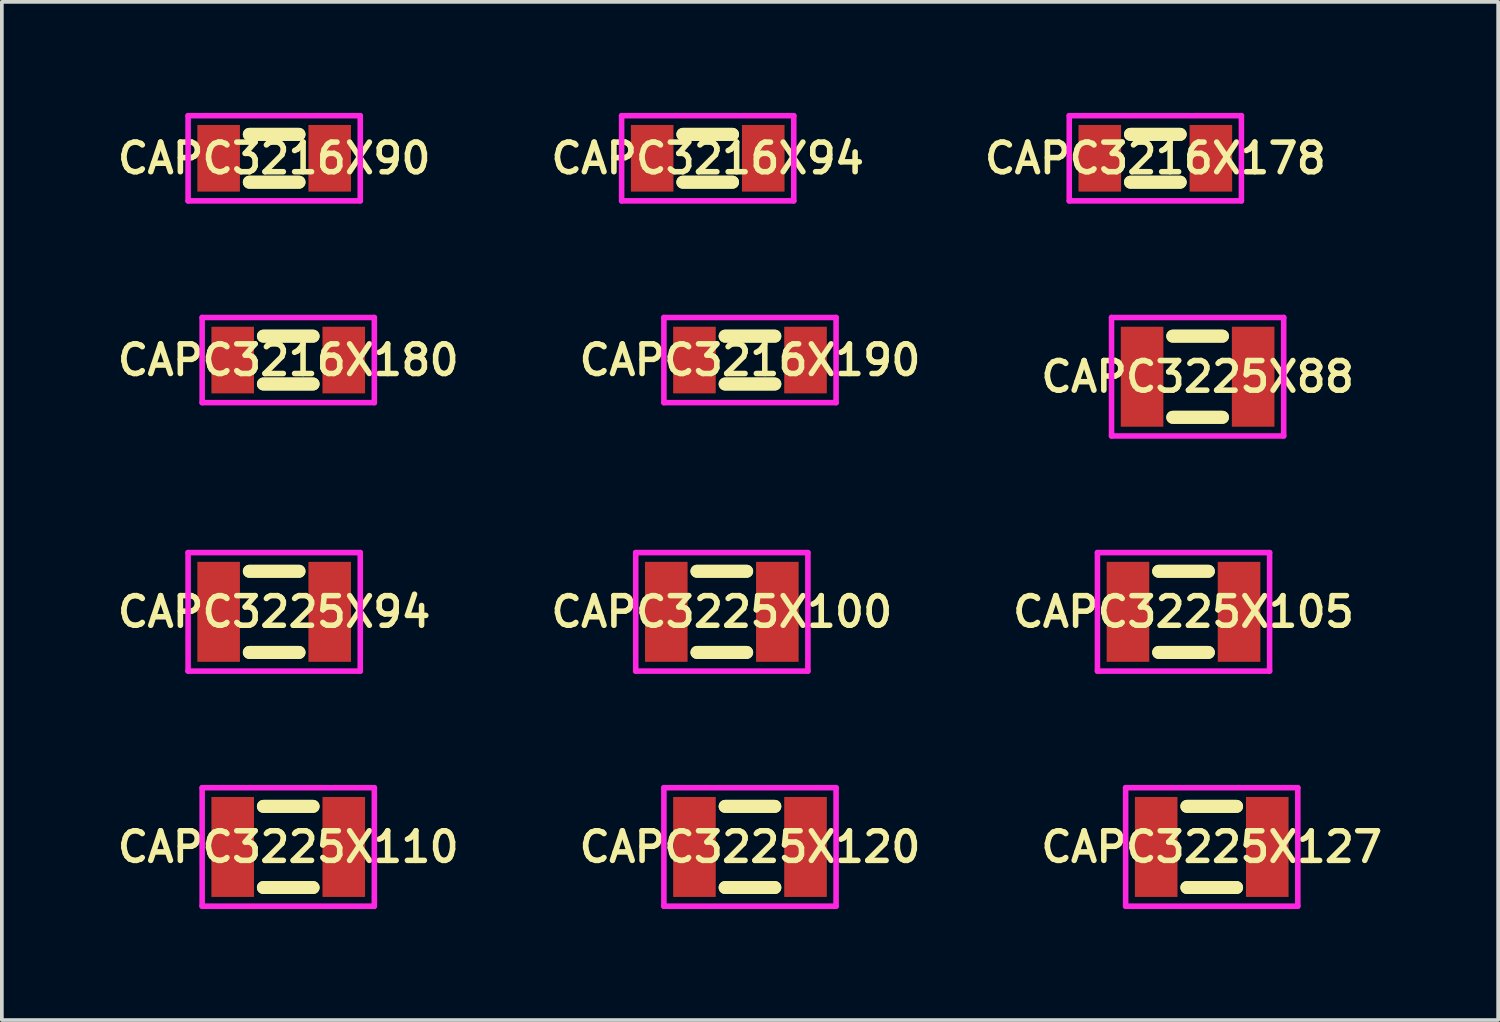
<source format=kicad_pcb>
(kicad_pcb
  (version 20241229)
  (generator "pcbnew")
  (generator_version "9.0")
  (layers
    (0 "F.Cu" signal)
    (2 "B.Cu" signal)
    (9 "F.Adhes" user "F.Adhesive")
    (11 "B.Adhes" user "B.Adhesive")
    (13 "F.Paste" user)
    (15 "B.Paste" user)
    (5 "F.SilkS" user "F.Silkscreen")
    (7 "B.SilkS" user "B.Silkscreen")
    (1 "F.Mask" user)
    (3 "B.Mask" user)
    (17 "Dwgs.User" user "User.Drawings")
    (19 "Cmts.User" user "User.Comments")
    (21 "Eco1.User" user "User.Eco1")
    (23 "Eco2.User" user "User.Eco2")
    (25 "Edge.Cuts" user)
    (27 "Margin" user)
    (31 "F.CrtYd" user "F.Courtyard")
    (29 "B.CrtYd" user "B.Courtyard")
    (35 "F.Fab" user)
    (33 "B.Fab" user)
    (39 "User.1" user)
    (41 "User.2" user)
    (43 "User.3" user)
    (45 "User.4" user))
  (footprint "CAPC3216X90"
    (layer "F.Cu")
    (at 4.355 1.225)
    (property "Reference" "CAPC3216X90" (at 0 0 0) (layer "F.SilkS") (effects (font (size 0.8 0.8) (thickness 0.15))))
    (attr smd)
    (fp_line (start -0.671 -0.646) (end 0.671 -0.646) (stroke (width 0.35) (type solid)) (layer "F.SilkS"))
    (fp_line (start -0.671 0.646) (end 0.671 0.646) (stroke (width 0.35) (type solid)) (layer "F.SilkS"))
    (fp_line (start 0.671 -0.646) (end -0.671 -0.646) (stroke (width 0.35) (type solid)) (layer "F.SilkS"))
    (fp_line (start 0.671 0.646) (end -0.671 0.646) (stroke (width 0.35) (type solid)) (layer "F.SilkS"))
    (fp_line (start -2.325 -1.15) (end 2.325 -1.15) (stroke (width 0.15) (type solid)) (layer "F.CrtYd"))
    (fp_line (start -2.325 1.15) (end -2.325 -1.15) (stroke (width 0.15) (type solid)) (layer "F.CrtYd"))
    (fp_line (start 2.325 -1.15) (end 2.325 1.15) (stroke (width 0.15) (type solid)) (layer "F.CrtYd"))
    (fp_line (start 2.325 1.15) (end -2.325 1.15) (stroke (width 0.15) (type solid)) (layer "F.CrtYd"))
    (pad "1" smd rect (at -1.5 0) (size 1.15 1.8) (layers "F.Cu" "F.Mask" "F.Paste"))
    (pad "2" smd rect (at 1.5 0) (size 1.15 1.8) (layers "F.Cu" "F.Mask" "F.Paste")))
  (footprint "CAPC3225X88"
    (layer "F.Cu")
    (at 29.296 7.125)
    (property "Reference" "CAPC3225X88" (at 0 0 0) (layer "F.SilkS") (effects (font (size 0.8 0.8) (thickness 0.15))))
    (attr smd)
    (fp_line (start -0.671 -1.096) (end 0.671 -1.096) (stroke (width 0.35) (type solid)) (layer "F.SilkS"))
    (fp_line (start -0.671 1.096) (end 0.671 1.096) (stroke (width 0.35) (type solid)) (layer "F.SilkS"))
    (fp_line (start 0.671 -1.096) (end -0.671 -1.096) (stroke (width 0.35) (type solid)) (layer "F.SilkS"))
    (fp_line (start 0.671 1.096) (end -0.671 1.096) (stroke (width 0.35) (type solid)) (layer "F.SilkS"))
    (fp_line (start -2.325 -1.6) (end 2.325 -1.6) (stroke (width 0.15) (type solid)) (layer "F.CrtYd"))
    (fp_line (start -2.325 1.6) (end -2.325 -1.6) (stroke (width 0.15) (type solid)) (layer "F.CrtYd"))
    (fp_line (start 2.325 -1.6) (end 2.325 1.6) (stroke (width 0.15) (type solid)) (layer "F.CrtYd"))
    (fp_line (start 2.325 1.6) (end -2.325 1.6) (stroke (width 0.15) (type solid)) (layer "F.CrtYd"))
    (pad "1" smd rect (at -1.5 0) (size 1.15 2.7) (layers "F.Cu" "F.Mask" "F.Paste"))
    (pad "2" smd rect (at 1.5 0) (size 1.15 2.7) (layers "F.Cu" "F.Mask" "F.Paste")))
  (footprint "CAPC3225X120"
    (layer "F.Cu")
    (at 17.206 19.825)
    (property "Reference" "CAPC3225X120" (at 0 0 0) (layer "F.SilkS") (effects (font (size 0.8 0.8) (thickness 0.15))))
    (attr smd)
    (fp_line (start -0.671 -1.096) (end 0.671 -1.096) (stroke (width 0.35) (type solid)) (layer "F.SilkS"))
    (fp_line (start -0.671 1.096) (end 0.671 1.096) (stroke (width 0.35) (type solid)) (layer "F.SilkS"))
    (fp_line (start 0.671 -1.096) (end -0.671 -1.096) (stroke (width 0.35) (type solid)) (layer "F.SilkS"))
    (fp_line (start 0.671 1.096) (end -0.671 1.096) (stroke (width 0.35) (type solid)) (layer "F.SilkS"))
    (fp_line (start -2.325 -1.6) (end 2.325 -1.6) (stroke (width 0.15) (type solid)) (layer "F.CrtYd"))
    (fp_line (start -2.325 1.6) (end -2.325 -1.6) (stroke (width 0.15) (type solid)) (layer "F.CrtYd"))
    (fp_line (start 2.325 -1.6) (end 2.325 1.6) (stroke (width 0.15) (type solid)) (layer "F.CrtYd"))
    (fp_line (start 2.325 1.6) (end -2.325 1.6) (stroke (width 0.15) (type solid)) (layer "F.CrtYd"))
    (pad "1" smd rect (at -1.5 0) (size 1.15 2.7) (layers "F.Cu" "F.Mask" "F.Paste"))
    (pad "2" smd rect (at 1.5 0) (size 1.15 2.7) (layers "F.Cu" "F.Mask" "F.Paste")))
  (footprint "CAPC3225X94"
    (layer "F.Cu")
    (at 4.355 13.475)
    (property "Reference" "CAPC3225X94" (at 0 0 0) (layer "F.SilkS") (effects (font (size 0.8 0.8) (thickness 0.15))))
    (attr smd)
    (fp_line (start -0.671 -1.096) (end 0.671 -1.096) (stroke (width 0.35) (type solid)) (layer "F.SilkS"))
    (fp_line (start -0.671 1.096) (end 0.671 1.096) (stroke (width 0.35) (type solid)) (layer "F.SilkS"))
    (fp_line (start 0.671 -1.096) (end -0.671 -1.096) (stroke (width 0.35) (type solid)) (layer "F.SilkS"))
    (fp_line (start 0.671 1.096) (end -0.671 1.096) (stroke (width 0.35) (type solid)) (layer "F.SilkS"))
    (fp_line (start -2.325 -1.6) (end 2.325 -1.6) (stroke (width 0.15) (type solid)) (layer "F.CrtYd"))
    (fp_line (start -2.325 1.6) (end -2.325 -1.6) (stroke (width 0.15) (type solid)) (layer "F.CrtYd"))
    (fp_line (start 2.325 -1.6) (end 2.325 1.6) (stroke (width 0.15) (type solid)) (layer "F.CrtYd"))
    (fp_line (start 2.325 1.6) (end -2.325 1.6) (stroke (width 0.15) (type solid)) (layer "F.CrtYd"))
    (pad "1" smd rect (at -1.5 0) (size 1.15 2.7) (layers "F.Cu" "F.Mask" "F.Paste"))
    (pad "2" smd rect (at 1.5 0) (size 1.15 2.7) (layers "F.Cu" "F.Mask" "F.Paste")))
  (footprint "CAPC3216X190"
    (layer "F.Cu")
    (at 17.206 6.675)
    (property "Reference" "CAPC3216X190" (at 0 0 0) (layer "F.SilkS") (effects (font (size 0.8 0.8) (thickness 0.15))))
    (attr smd)
    (fp_line (start -0.671 -0.646) (end 0.671 -0.646) (stroke (width 0.35) (type solid)) (layer "F.SilkS"))
    (fp_line (start -0.671 0.646) (end 0.671 0.646) (stroke (width 0.35) (type solid)) (layer "F.SilkS"))
    (fp_line (start 0.671 -0.646) (end -0.671 -0.646) (stroke (width 0.35) (type solid)) (layer "F.SilkS"))
    (fp_line (start 0.671 0.646) (end -0.671 0.646) (stroke (width 0.35) (type solid)) (layer "F.SilkS"))
    (fp_line (start -2.325 -1.15) (end 2.325 -1.15) (stroke (width 0.15) (type solid)) (layer "F.CrtYd"))
    (fp_line (start -2.325 1.15) (end -2.325 -1.15) (stroke (width 0.15) (type solid)) (layer "F.CrtYd"))
    (fp_line (start 2.325 -1.15) (end 2.325 1.15) (stroke (width 0.15) (type solid)) (layer "F.CrtYd"))
    (fp_line (start 2.325 1.15) (end -2.325 1.15) (stroke (width 0.15) (type solid)) (layer "F.CrtYd"))
    (pad "1" smd rect (at -1.5 0) (size 1.15 1.8) (layers "F.Cu" "F.Mask" "F.Paste"))
    (pad "2" smd rect (at 1.5 0) (size 1.15 1.8) (layers "F.Cu" "F.Mask" "F.Paste")))
  (footprint "CAPC3216X178"
    (layer "F.Cu")
    (at 28.154 1.225)
    (property "Reference" "CAPC3216X178" (at 0 0 0) (layer "F.SilkS") (effects (font (size 0.8 0.8) (thickness 0.15))))
    (attr smd)
    (fp_line (start -0.671 -0.646) (end 0.671 -0.646) (stroke (width 0.35) (type solid)) (layer "F.SilkS"))
    (fp_line (start -0.671 0.646) (end 0.671 0.646) (stroke (width 0.35) (type solid)) (layer "F.SilkS"))
    (fp_line (start 0.671 -0.646) (end -0.671 -0.646) (stroke (width 0.35) (type solid)) (layer "F.SilkS"))
    (fp_line (start 0.671 0.646) (end -0.671 0.646) (stroke (width 0.35) (type solid)) (layer "F.SilkS"))
    (fp_line (start -2.325 -1.15) (end 2.325 -1.15) (stroke (width 0.15) (type solid)) (layer "F.CrtYd"))
    (fp_line (start -2.325 1.15) (end -2.325 -1.15) (stroke (width 0.15) (type solid)) (layer "F.CrtYd"))
    (fp_line (start 2.325 -1.15) (end 2.325 1.15) (stroke (width 0.15) (type solid)) (layer "F.CrtYd"))
    (fp_line (start 2.325 1.15) (end -2.325 1.15) (stroke (width 0.15) (type solid)) (layer "F.CrtYd"))
    (pad "1" smd rect (at -1.5 0) (size 1.15 1.8) (layers "F.Cu" "F.Mask" "F.Paste"))
    (pad "2" smd rect (at 1.5 0) (size 1.15 1.8) (layers "F.Cu" "F.Mask" "F.Paste")))
  (footprint "CAPC3225X110"
    (layer "F.Cu")
    (at 4.735 19.825)
    (property "Reference" "CAPC3225X110" (at 0 0 0) (layer "F.SilkS") (effects (font (size 0.8 0.8) (thickness 0.15))))
    (attr smd)
    (fp_line (start -0.671 -1.096) (end 0.671 -1.096) (stroke (width 0.35) (type solid)) (layer "F.SilkS"))
    (fp_line (start -0.671 1.096) (end 0.671 1.096) (stroke (width 0.35) (type solid)) (layer "F.SilkS"))
    (fp_line (start 0.671 -1.096) (end -0.671 -1.096) (stroke (width 0.35) (type solid)) (layer "F.SilkS"))
    (fp_line (start 0.671 1.096) (end -0.671 1.096) (stroke (width 0.35) (type solid)) (layer "F.SilkS"))
    (fp_line (start -2.325 -1.6) (end 2.325 -1.6) (stroke (width 0.15) (type solid)) (layer "F.CrtYd"))
    (fp_line (start -2.325 1.6) (end -2.325 -1.6) (stroke (width 0.15) (type solid)) (layer "F.CrtYd"))
    (fp_line (start 2.325 -1.6) (end 2.325 1.6) (stroke (width 0.15) (type solid)) (layer "F.CrtYd"))
    (fp_line (start 2.325 1.6) (end -2.325 1.6) (stroke (width 0.15) (type solid)) (layer "F.CrtYd"))
    (pad "1" smd rect (at -1.5 0) (size 1.15 2.7) (layers "F.Cu" "F.Mask" "F.Paste"))
    (pad "2" smd rect (at 1.5 0) (size 1.15 2.7) (layers "F.Cu" "F.Mask" "F.Paste")))
  (footprint "CAPC3216X94"
    (layer "F.Cu")
    (at 16.064 1.225)
    (property "Reference" "CAPC3216X94" (at 0 0 0) (layer "F.SilkS") (effects (font (size 0.8 0.8) (thickness 0.15))))
    (attr smd)
    (fp_line (start -0.671 -0.646) (end 0.671 -0.646) (stroke (width 0.35) (type solid)) (layer "F.SilkS"))
    (fp_line (start -0.671 0.646) (end 0.671 0.646) (stroke (width 0.35) (type solid)) (layer "F.SilkS"))
    (fp_line (start 0.671 -0.646) (end -0.671 -0.646) (stroke (width 0.35) (type solid)) (layer "F.SilkS"))
    (fp_line (start 0.671 0.646) (end -0.671 0.646) (stroke (width 0.35) (type solid)) (layer "F.SilkS"))
    (fp_line (start -2.325 -1.15) (end 2.325 -1.15) (stroke (width 0.15) (type solid)) (layer "F.CrtYd"))
    (fp_line (start -2.325 1.15) (end -2.325 -1.15) (stroke (width 0.15) (type solid)) (layer "F.CrtYd"))
    (fp_line (start 2.325 -1.15) (end 2.325 1.15) (stroke (width 0.15) (type solid)) (layer "F.CrtYd"))
    (fp_line (start 2.325 1.15) (end -2.325 1.15) (stroke (width 0.15) (type solid)) (layer "F.CrtYd"))
    (pad "1" smd rect (at -1.5 0) (size 1.15 1.8) (layers "F.Cu" "F.Mask" "F.Paste"))
    (pad "2" smd rect (at 1.5 0) (size 1.15 1.8) (layers "F.Cu" "F.Mask" "F.Paste")))
  (footprint "CAPC3225X105"
    (layer "F.Cu")
    (at 28.915 13.475)
    (property "Reference" "CAPC3225X105" (at 0 0 0) (layer "F.SilkS") (effects (font (size 0.8 0.8) (thickness 0.15))))
    (attr smd)
    (fp_line (start -0.671 -1.096) (end 0.671 -1.096) (stroke (width 0.35) (type solid)) (layer "F.SilkS"))
    (fp_line (start -0.671 1.096) (end 0.671 1.096) (stroke (width 0.35) (type solid)) (layer "F.SilkS"))
    (fp_line (start 0.671 -1.096) (end -0.671 -1.096) (stroke (width 0.35) (type solid)) (layer "F.SilkS"))
    (fp_line (start 0.671 1.096) (end -0.671 1.096) (stroke (width 0.35) (type solid)) (layer "F.SilkS"))
    (fp_line (start -2.325 -1.6) (end 2.325 -1.6) (stroke (width 0.15) (type solid)) (layer "F.CrtYd"))
    (fp_line (start -2.325 1.6) (end -2.325 -1.6) (stroke (width 0.15) (type solid)) (layer "F.CrtYd"))
    (fp_line (start 2.325 -1.6) (end 2.325 1.6) (stroke (width 0.15) (type solid)) (layer "F.CrtYd"))
    (fp_line (start 2.325 1.6) (end -2.325 1.6) (stroke (width 0.15) (type solid)) (layer "F.CrtYd"))
    (pad "1" smd rect (at -1.5 0) (size 1.15 2.7) (layers "F.Cu" "F.Mask" "F.Paste"))
    (pad "2" smd rect (at 1.5 0) (size 1.15 2.7) (layers "F.Cu" "F.Mask" "F.Paste")))
  (footprint "CAPC3225X100"
    (layer "F.Cu")
    (at 16.445 13.475)
    (property "Reference" "CAPC3225X100" (at 0 0 0) (layer "F.SilkS") (effects (font (size 0.8 0.8) (thickness 0.15))))
    (attr smd)
    (fp_line (start -0.671 -1.096) (end 0.671 -1.096) (stroke (width 0.35) (type solid)) (layer "F.SilkS"))
    (fp_line (start -0.671 1.096) (end 0.671 1.096) (stroke (width 0.35) (type solid)) (layer "F.SilkS"))
    (fp_line (start 0.671 -1.096) (end -0.671 -1.096) (stroke (width 0.35) (type solid)) (layer "F.SilkS"))
    (fp_line (start 0.671 1.096) (end -0.671 1.096) (stroke (width 0.35) (type solid)) (layer "F.SilkS"))
    (fp_line (start -2.325 -1.6) (end 2.325 -1.6) (stroke (width 0.15) (type solid)) (layer "F.CrtYd"))
    (fp_line (start -2.325 1.6) (end -2.325 -1.6) (stroke (width 0.15) (type solid)) (layer "F.CrtYd"))
    (fp_line (start 2.325 -1.6) (end 2.325 1.6) (stroke (width 0.15) (type solid)) (layer "F.CrtYd"))
    (fp_line (start 2.325 1.6) (end -2.325 1.6) (stroke (width 0.15) (type solid)) (layer "F.CrtYd"))
    (pad "1" smd rect (at -1.5 0) (size 1.15 2.7) (layers "F.Cu" "F.Mask" "F.Paste"))
    (pad "2" smd rect (at 1.5 0) (size 1.15 2.7) (layers "F.Cu" "F.Mask" "F.Paste")))
  (footprint "CAPC3216X180"
    (layer "F.Cu")
    (at 4.735 6.675)
    (property "Reference" "CAPC3216X180" (at 0 0 0) (layer "F.SilkS") (effects (font (size 0.8 0.8) (thickness 0.15))))
    (attr smd)
    (fp_line (start -0.671 -0.646) (end 0.671 -0.646) (stroke (width 0.35) (type solid)) (layer "F.SilkS"))
    (fp_line (start -0.671 0.646) (end 0.671 0.646) (stroke (width 0.35) (type solid)) (layer "F.SilkS"))
    (fp_line (start 0.671 -0.646) (end -0.671 -0.646) (stroke (width 0.35) (type solid)) (layer "F.SilkS"))
    (fp_line (start 0.671 0.646) (end -0.671 0.646) (stroke (width 0.35) (type solid)) (layer "F.SilkS"))
    (fp_line (start -2.325 -1.15) (end 2.325 -1.15) (stroke (width 0.15) (type solid)) (layer "F.CrtYd"))
    (fp_line (start -2.325 1.15) (end -2.325 -1.15) (stroke (width 0.15) (type solid)) (layer "F.CrtYd"))
    (fp_line (start 2.325 -1.15) (end 2.325 1.15) (stroke (width 0.15) (type solid)) (layer "F.CrtYd"))
    (fp_line (start 2.325 1.15) (end -2.325 1.15) (stroke (width 0.15) (type solid)) (layer "F.CrtYd"))
    (pad "1" smd rect (at -1.5 0) (size 1.15 1.8) (layers "F.Cu" "F.Mask" "F.Paste"))
    (pad "2" smd rect (at 1.5 0) (size 1.15 1.8) (layers "F.Cu" "F.Mask" "F.Paste")))
  (footprint "CAPC3225X127"
    (layer "F.Cu")
    (at 29.677 19.825)
    (property "Reference" "CAPC3225X127" (at 0 0 0) (layer "F.SilkS") (effects (font (size 0.8 0.8) (thickness 0.15))))
    (attr smd)
    (fp_line (start -0.671 -1.096) (end 0.671 -1.096) (stroke (width 0.35) (type solid)) (layer "F.SilkS"))
    (fp_line (start -0.671 1.096) (end 0.671 1.096) (stroke (width 0.35) (type solid)) (layer "F.SilkS"))
    (fp_line (start 0.671 -1.096) (end -0.671 -1.096) (stroke (width 0.35) (type solid)) (layer "F.SilkS"))
    (fp_line (start 0.671 1.096) (end -0.671 1.096) (stroke (width 0.35) (type solid)) (layer "F.SilkS"))
    (fp_line (start -2.325 -1.6) (end 2.325 -1.6) (stroke (width 0.15) (type solid)) (layer "F.CrtYd"))
    (fp_line (start -2.325 1.6) (end -2.325 -1.6) (stroke (width 0.15) (type solid)) (layer "F.CrtYd"))
    (fp_line (start 2.325 -1.6) (end 2.325 1.6) (stroke (width 0.15) (type solid)) (layer "F.CrtYd"))
    (fp_line (start 2.325 1.6) (end -2.325 1.6) (stroke (width 0.15) (type solid)) (layer "F.CrtYd"))
    (pad "1" smd rect (at -1.5 0) (size 1.15 2.7) (layers "F.Cu" "F.Mask" "F.Paste"))
    (pad "2" smd rect (at 1.5 0) (size 1.15 2.7) (layers "F.Cu" "F.Mask" "F.Paste")))
  (gr_rect
    (start -3 -3)
    (end 37.413 24.5)
    (stroke (width 0.1) (type default))
    (fill no)
    (layer "Edge.Cuts")))
</source>
